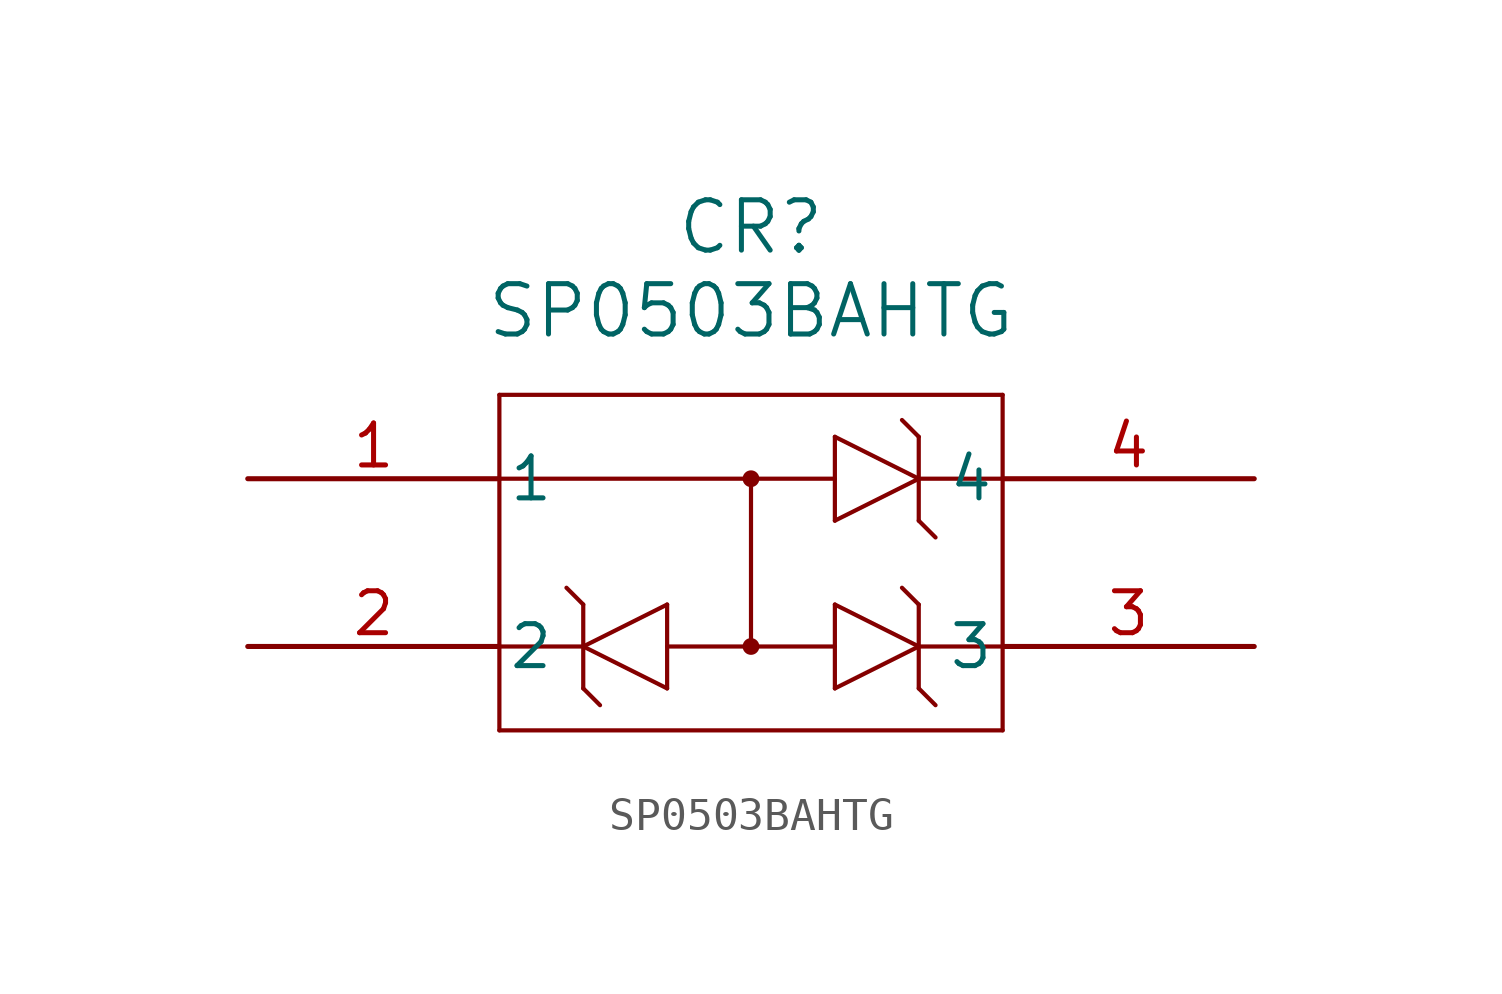
<source format=kicad_sym>
(kicad_symbol_lib
  (version 20211014)
  (generator kicad_symbol_editor)
  (symbol "SP0503BAHTG"
    (pin_names
      (offset 0.254))
    (property "Reference" "CR"
      (at 15.24 7.62 0)
      (effects (font (size 1.524 1.524))))
    (property "Value" "SP0503BAHTG"
      (at 15.24 5.08 0)
      (effects (font (size 1.524 1.524))))
    (polyline
      (pts (xy 7.62 0) (xy 17.78 0))
      (stroke (width 0.127) (type default) (color 0 0 0 0))
      (fill (type none)))
    (polyline
      (pts (xy 7.62 2.54) (xy 7.62 -7.62))
      (stroke (width 0.127) (type default) (color 0 0 0 0))
      (fill (type none)))
    (polyline
      (pts (xy 15.24 0) (xy 15.24 -5.08))
      (stroke (width 0.127) (type default) (color 0 0 0 0))
      (fill (type none)))
    (polyline
      (pts (xy 22.86 -7.62) (xy 22.86 2.54))
      (stroke (width 0.127) (type default) (color 0 0 0 0))
      (fill (type none)))
    (polyline
      (pts (xy 22.86 2.54) (xy 7.62 2.54))
      (stroke (width 0.127) (type default) (color 0 0 0 0))
      (fill (type none)))
    (polyline
      (pts (xy 7.62 -7.62) (xy 22.86 -7.62))
      (stroke (width 0.127) (type default) (color 0 0 0 0))
      (fill (type none)))
    (polyline
      (pts (xy 12.7 -5.08) (xy 17.78 -5.08))
      (stroke (width 0.127) (type default) (color 0 0 0 0))
      (fill (type none)))
    (polyline
      (pts (xy 7.62 -5.08) (xy 10.16 -5.08))
      (stroke (width 0.127) (type default) (color 0 0 0 0))
      (fill (type none)))
    (polyline
      (pts (xy 12.7 -3.81) (xy 12.7 -6.35))
      (stroke (width 0.127) (type default) (color 0 0 0 0))
      (fill (type none)))
    (polyline
      (pts (xy 12.7 -6.35) (xy 10.16 -5.08))
      (stroke (width 0.127) (type default) (color 0 0 0 0))
      (fill (type none)))
    (polyline
      (pts (xy 10.16 -5.08) (xy 12.7 -3.81))
      (stroke (width 0.127) (type default) (color 0 0 0 0))
      (fill (type none)))
    (polyline
      (pts (xy 10.16 -3.81) (xy 10.16 -6.35))
      (stroke (width 0.127) (type default) (color 0 0 0 0))
      (fill (type none)))
    (polyline
      (pts (xy 10.16 -3.81) (xy 9.652 -3.302))
      (stroke (width 0.127) (type default) (color 0 0 0 0))
      (fill (type none)))
    (polyline
      (pts (xy 10.16 -6.35) (xy 10.668 -6.858))
      (stroke (width 0.127) (type default) (color 0 0 0 0))
      (fill (type none)))
    (polyline
      (pts (xy 20.32 0) (xy 22.86 0))
      (stroke (width 0.127) (type default) (color 0 0 0 0))
      (fill (type none)))
    (polyline
      (pts (xy 22.86 -5.08) (xy 20.32 -5.08))
      (stroke (width 0.127) (type default) (color 0 0 0 0))
      (fill (type none)))
    (polyline
      (pts (xy 17.78 -3.81) (xy 17.78 -6.35))
      (stroke (width 0.127) (type default) (color 0 0 0 0))
      (fill (type none)))
    (polyline
      (pts (xy 17.78 -6.35) (xy 20.32 -5.08))
      (stroke (width 0.127) (type default) (color 0 0 0 0))
      (fill (type none)))
    (polyline
      (pts (xy 20.32 -5.08) (xy 17.78 -3.81))
      (stroke (width 0.127) (type default) (color 0 0 0 0))
      (fill (type none)))
    (polyline
      (pts (xy 20.32 -3.81) (xy 20.32 -6.35))
      (stroke (width 0.127) (type default) (color 0 0 0 0))
      (fill (type none)))
    (polyline
      (pts (xy 20.32 -3.81) (xy 19.812 -3.302))
      (stroke (width 0.127) (type default) (color 0 0 0 0))
      (fill (type none)))
    (polyline
      (pts (xy 20.32 -6.35) (xy 20.828 -6.858))
      (stroke (width 0.127) (type default) (color 0 0 0 0))
      (fill (type none)))
    (polyline
      (pts (xy 17.78 1.27) (xy 17.78 -1.27))
      (stroke (width 0.127) (type default) (color 0 0 0 0))
      (fill (type none)))
    (polyline
      (pts (xy 17.78 -1.27) (xy 20.32 0))
      (stroke (width 0.127) (type default) (color 0 0 0 0))
      (fill (type none)))
    (polyline
      (pts (xy 20.32 0) (xy 17.78 1.27))
      (stroke (width 0.127) (type default) (color 0 0 0 0))
      (fill (type none)))
    (polyline
      (pts (xy 20.32 1.27) (xy 20.32 -1.27))
      (stroke (width 0.127) (type default) (color 0 0 0 0))
      (fill (type none)))
    (polyline
      (pts (xy 20.32 1.27) (xy 19.812 1.778))
      (stroke (width 0.127) (type default) (color 0 0 0 0))
      (fill (type none)))
    (polyline
      (pts (xy 20.32 -1.27) (xy 20.828 -1.778))
      (stroke (width 0.127) (type default) (color 0 0 0 0))
      (fill (type none)))
    (circle
      (center 15.24 0)
      (radius 0.127)
      (stroke (width 0.254) (type default) (color 0 0 0 0))
      (fill (type none)))
    (circle
      (center 15.24 -5.08)
      (radius 0.127)
      (stroke (width 0.254) (type default) (color 0 0 0 0))
      (fill (type none)))
    (pin unspecified line
      (at 0 0 0)
      (length 7.62)
      (name "1" (effects (font (size 1.27 1.27))))
      (number "1" (effects (font (size 1.27 1.27)))))
    (pin unspecified line
      (at 0 -5.08 0)
      (length 7.62)
      (name "2" (effects (font (size 1.27 1.27))))
      (number "2" (effects (font (size 1.27 1.27)))))
    (pin unspecified line
      (at 30.48 -5.08 180)
      (length 7.62)
      (name "3" (effects (font (size 1.27 1.27))))
      (number "3" (effects (font (size 1.27 1.27)))))
    (pin unspecified line
      (at 30.48 0 180)
      (length 7.62)
      (name "4" (effects (font (size 1.27 1.27))))
      (number "4" (effects (font (size 1.27 1.27)))))))
</source>
